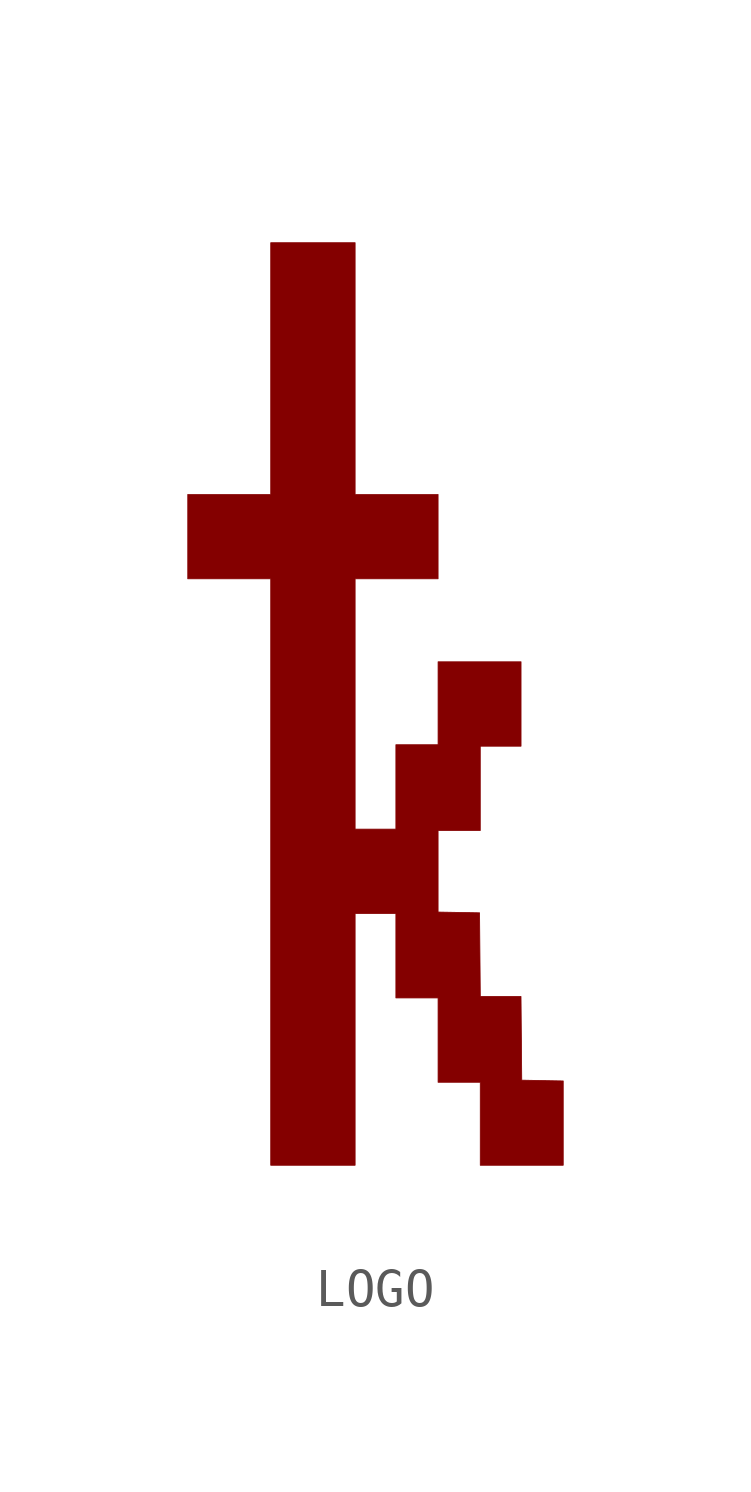
<source format=kicad_sym>
(kicad_symbol_lib
  (version 20220914)
  (generator "bitmap2component")
  (generator_version "9.0")
  (symbol "LOGO"
    (pin_names
      (offset 1.016))
    (property "Reference" "#G"
      (at 0 11.653 0)
      (effects (font (size 1.27 1.27)) hide))
    (symbol "LOGO_0_0"
      (polyline (pts (xy -0.543 -8.935) (xy -0.543 -5.582) (xy 0 -5.582) (xy 0.543 -5.582) (xy 0.543 -6.706) (xy 0.543 -7.83) (xy 1.105 -7.83) (xy 1.667 -7.83) (xy 1.667 -8.954) (xy 1.667 -10.078) (xy 2.229 -10.078) (xy 2.791 -10.078) (xy 2.791 -11.183) (xy 2.791 -12.288) (xy 3.896 -12.288) (xy 5.001 -12.288) (xy 5.001 -11.165) (xy 5.001 -10.042) (xy 4.449 -10.032) (xy 3.896 -10.021) (xy 3.886 -8.907) (xy 3.876 -7.792) (xy 3.334 -7.792) (xy 2.792 -7.792) (xy 2.782 -6.678) (xy 2.772 -5.563) (xy 2.22 -5.553) (xy 1.667 -5.543) (xy 1.667 -4.457) (xy 1.667 -3.372) (xy 2.229 -3.372) (xy 2.791 -3.372) (xy 2.791 -2.248) (xy 2.791 -1.124) (xy 3.334 -1.124) (xy 3.877 -1.124) (xy 3.877 0) (xy 3.877 1.124) (xy 2.772 1.124) (xy 1.667 1.124) (xy 1.667 0.019) (xy 1.667 -1.086) (xy 1.105 -1.086) (xy 0.543 -1.086) (xy 0.543 -2.21) (xy 0.543 -3.334) (xy 0 -3.334) (xy -0.543 -3.334) (xy -0.543 0) (xy -0.543 3.334) (xy 0.562 3.334) (xy 1.667 3.334) (xy 1.667 4.458) (xy 1.667 5.582) (xy 0.562 5.582) (xy -0.543 5.582) (xy -0.543 8.935) (xy -0.543 12.288) (xy -1.667 12.288) (xy -2.791 12.288) (xy -2.791 8.935) (xy -2.791 5.582) (xy -3.896 5.582) (xy -5.001 5.582) (xy -5.001 4.458) (xy -5.001 3.334) (xy -3.896 3.334) (xy -2.791 3.334) (xy -2.791 -4.477) (xy -2.791 -12.288) (xy -1.667 -12.288) (xy -0.543 -12.288) (xy -0.543 -8.935)) (stroke (width 0.01) (type default)) (fill (type outline))))))
</source>
